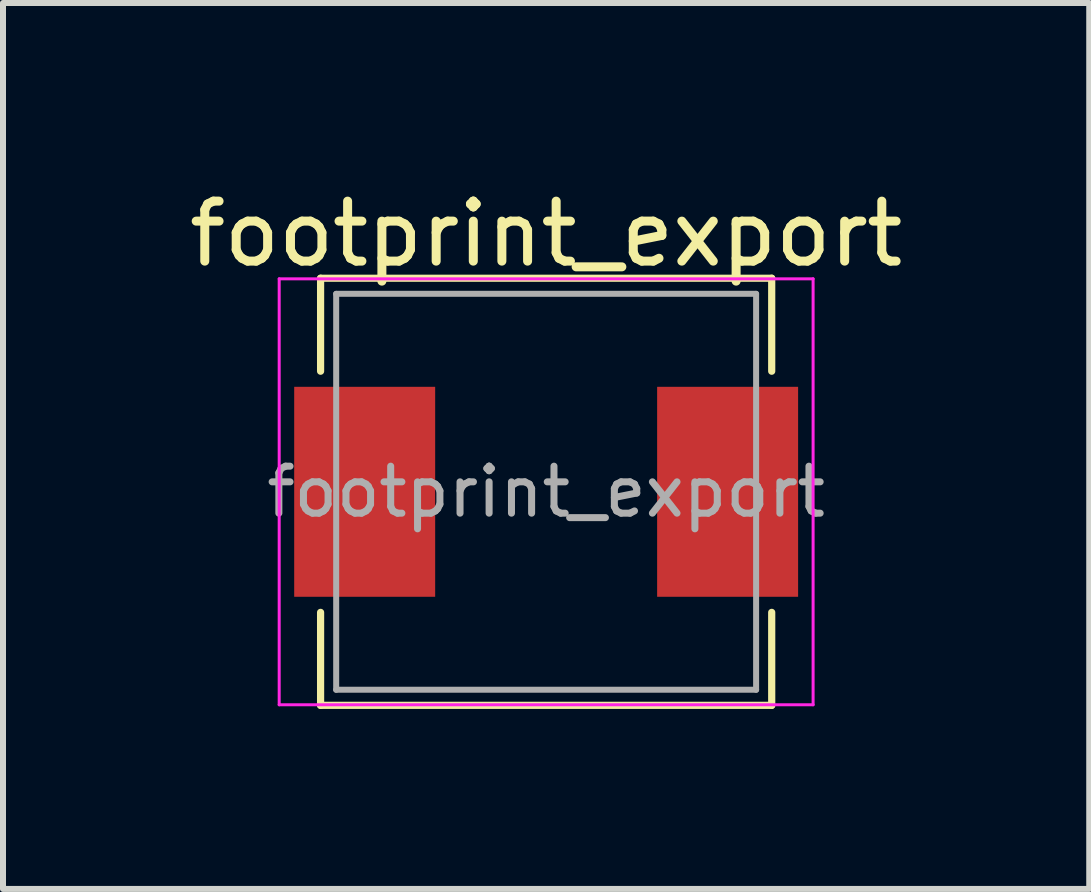
<source format=kicad_pcb>
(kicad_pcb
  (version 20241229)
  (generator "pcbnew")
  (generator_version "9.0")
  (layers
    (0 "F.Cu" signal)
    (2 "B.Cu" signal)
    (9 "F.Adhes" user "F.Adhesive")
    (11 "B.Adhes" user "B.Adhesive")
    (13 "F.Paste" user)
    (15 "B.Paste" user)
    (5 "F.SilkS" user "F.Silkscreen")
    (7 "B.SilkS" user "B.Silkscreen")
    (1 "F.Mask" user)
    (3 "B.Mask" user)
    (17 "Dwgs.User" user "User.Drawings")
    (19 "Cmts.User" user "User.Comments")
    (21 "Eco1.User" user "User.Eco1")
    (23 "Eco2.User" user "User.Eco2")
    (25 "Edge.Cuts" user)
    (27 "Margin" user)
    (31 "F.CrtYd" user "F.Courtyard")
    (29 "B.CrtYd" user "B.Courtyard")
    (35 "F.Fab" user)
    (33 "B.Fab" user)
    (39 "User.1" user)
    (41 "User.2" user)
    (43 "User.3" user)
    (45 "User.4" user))
  (footprint "footprint_export"
    (layer "F.Cu")
    (at 6.054 5.148)
    (property "Reference" "footprint_export" (at 0 -4.3 0) (layer "F.SilkS") (effects (font (size 1 1) (thickness 0.15))))
    (attr smd)
    (fp_line (start -3.76 -3.56) (end -3.76 -2.01) (stroke (width 0.12) (type solid)) (layer "F.SilkS"))
    (fp_line (start -3.76 -3.56) (end 3.76 -3.56) (stroke (width 0.12) (type solid)) (layer "F.SilkS"))
    (fp_line (start -3.76 3.56) (end -3.76 2.01) (stroke (width 0.12) (type solid)) (layer "F.SilkS"))
    (fp_line (start -3.76 3.56) (end 3.76 3.56) (stroke (width 0.12) (type solid)) (layer "F.SilkS"))
    (fp_line (start 3.76 -3.56) (end 3.76 -2.01) (stroke (width 0.12) (type solid)) (layer "F.SilkS"))
    (fp_line (start 3.76 3.56) (end 3.76 2.01) (stroke (width 0.12) (type solid)) (layer "F.SilkS"))
    (fp_line (start -4.45 -3.55) (end -4.45 3.55) (stroke (width 0.05) (type solid)) (layer "F.CrtYd"))
    (fp_line (start -4.45 3.55) (end 4.45 3.55) (stroke (width 0.05) (type solid)) (layer "F.CrtYd"))
    (fp_line (start 4.45 -3.55) (end -4.45 -3.55) (stroke (width 0.05) (type solid)) (layer "F.CrtYd"))
    (fp_line (start 4.45 3.55) (end 4.45 -3.55) (stroke (width 0.05) (type solid)) (layer "F.CrtYd"))
    (fp_line (start -3.5 -3.3) (end -3.5 3.3) (stroke (width 0.1) (type solid)) (layer "F.Fab"))
    (fp_line (start -3.5 3.3) (end 3.5 3.3) (stroke (width 0.1) (type solid)) (layer "F.Fab"))
    (fp_line (start 3.5 -3.3) (end -3.5 -3.3) (stroke (width 0.1) (type solid)) (layer "F.Fab"))
    (fp_line (start 3.5 3.3) (end 3.5 -3.3) (stroke (width 0.1) (type solid)) (layer "F.Fab"))
    (fp_text user "${REFERENCE}" (at 0 0 0) (layer "F.Fab") (effects (font (size 0.783 0.783) (thickness 0.117))))
    (pad "1" smd rect (at -3.025 0) (size 2.35 3.5) (layers "F.Cu" "F.Mask" "F.Paste"))
    (pad "2" smd rect (at 3.025 0) (size 2.35 3.5) (layers "F.Cu" "F.Mask" "F.Paste")))
  (gr_rect
    (start -3 -3)
    (end 15.107 11.768)
    (stroke (width 0.1) (type default))
    (fill no)
    (layer "Edge.Cuts")))
</source>
